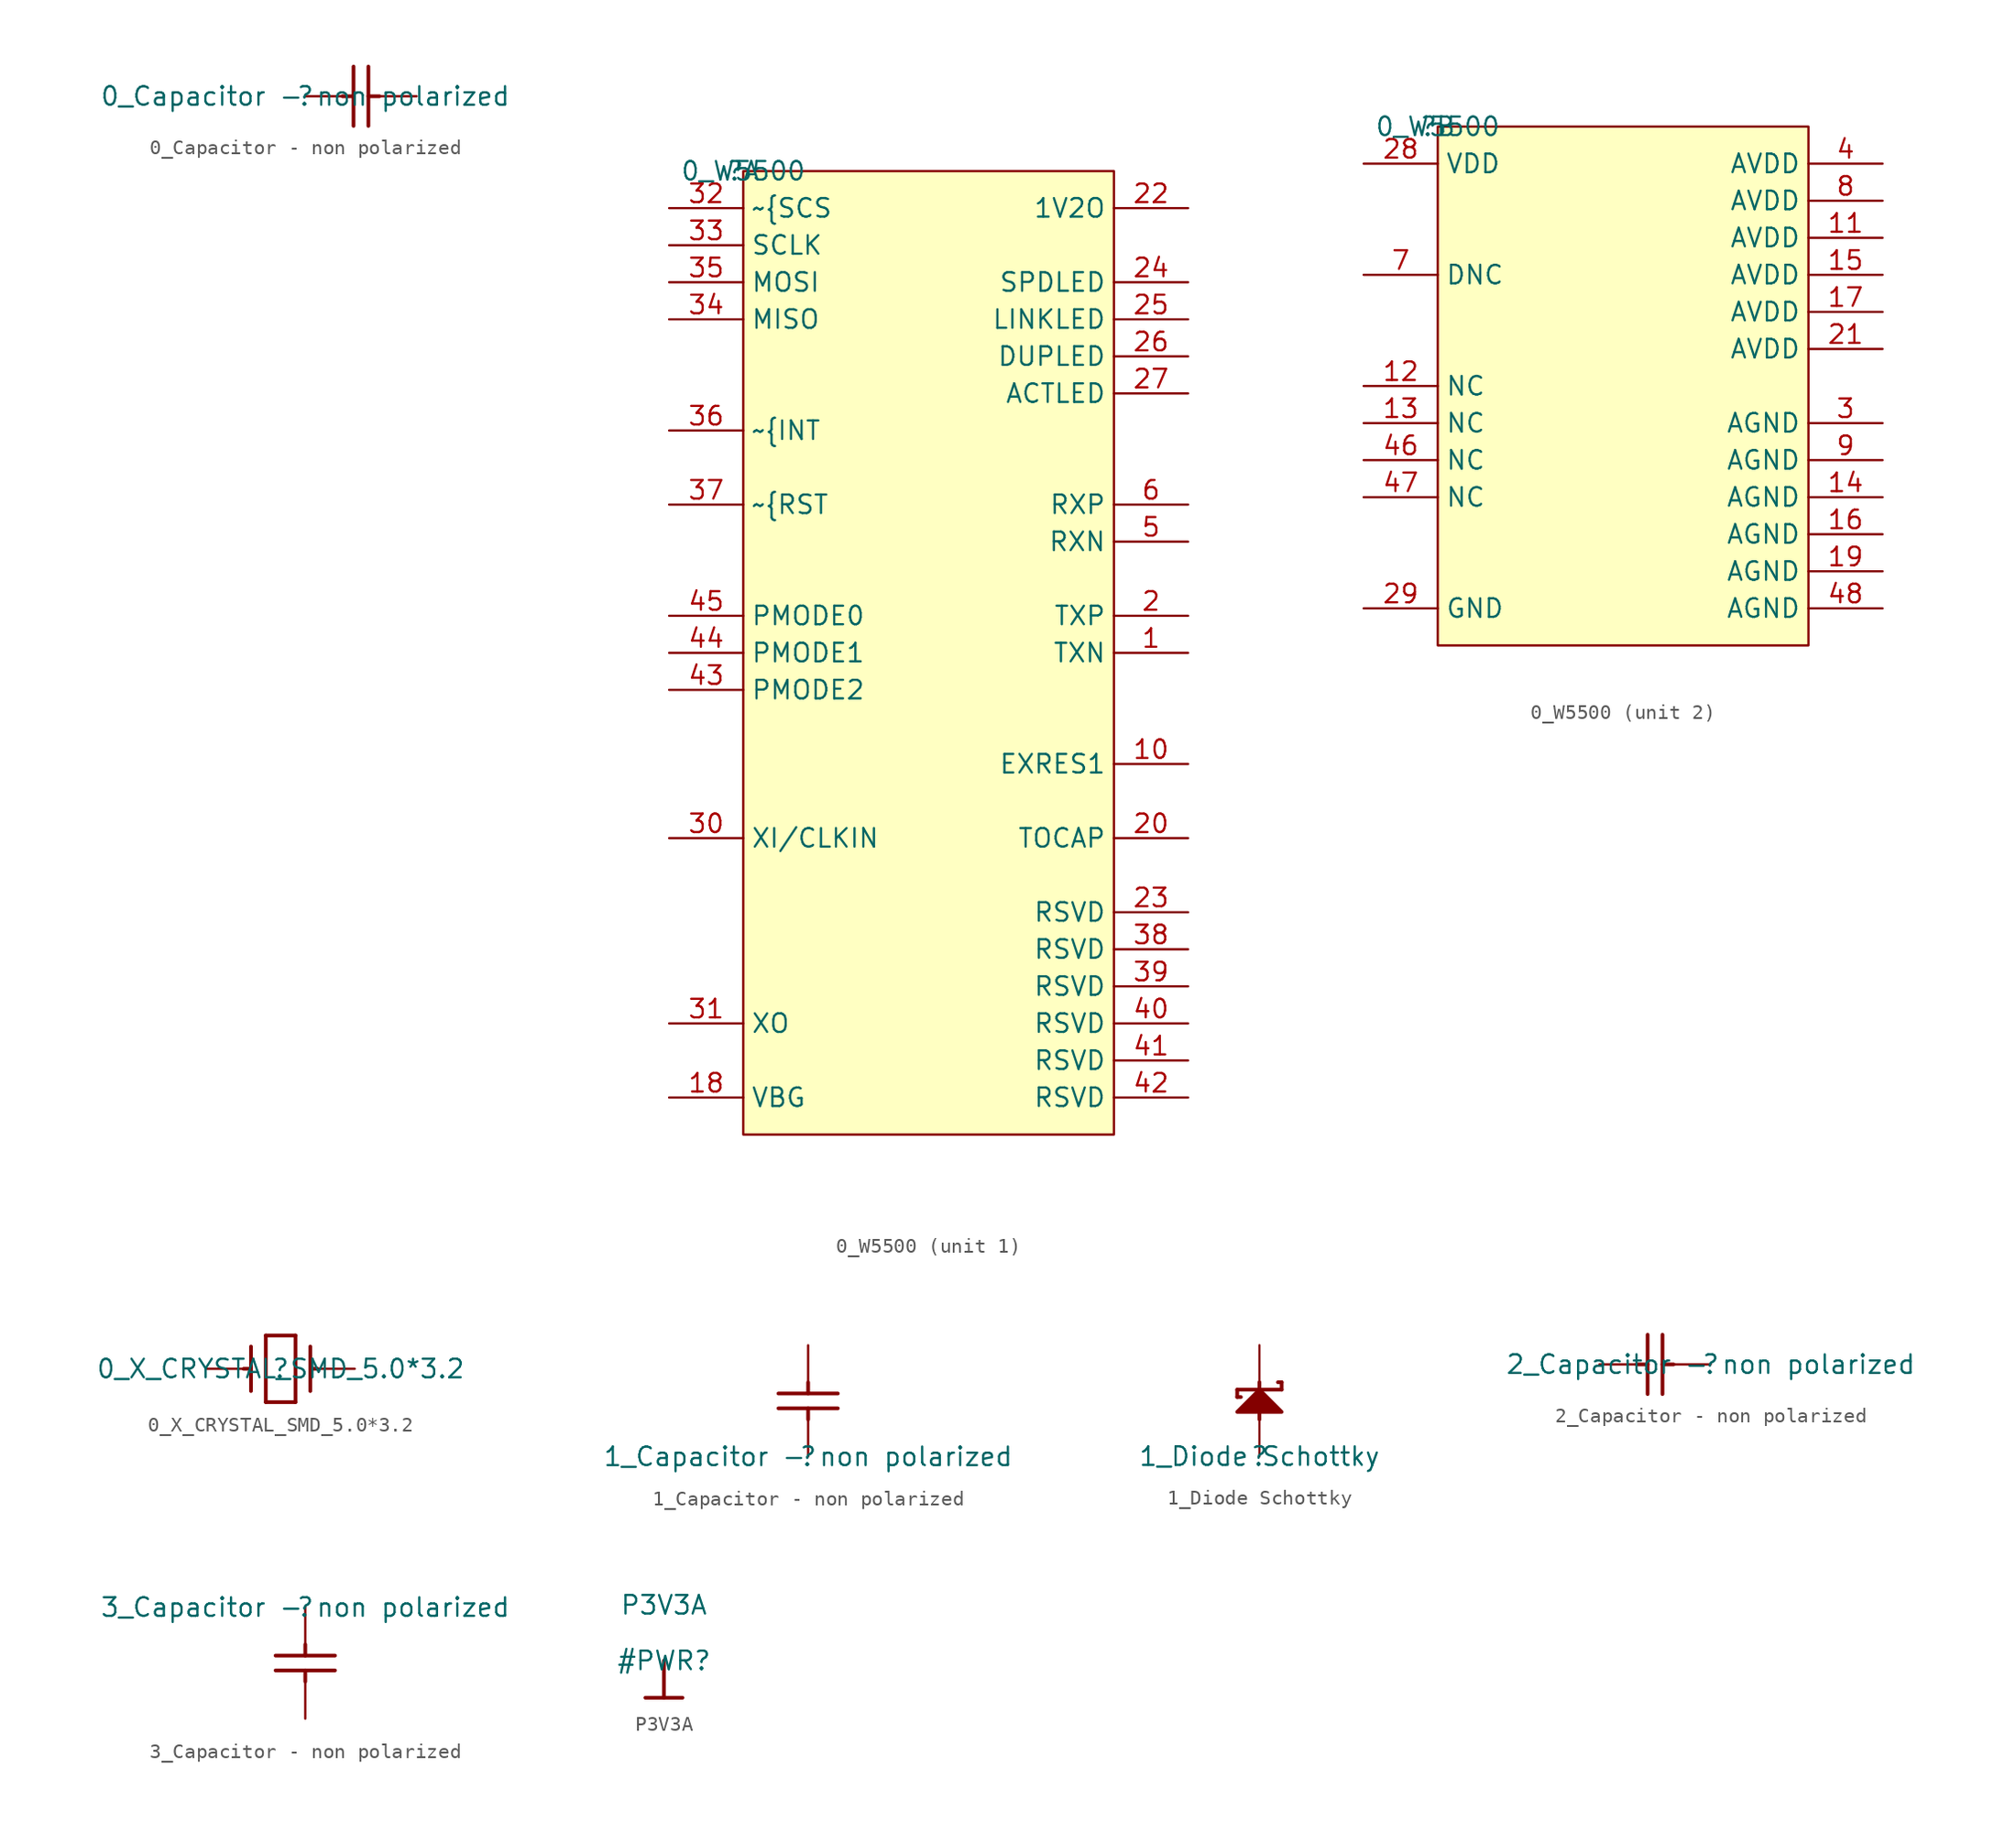
<source format=kicad_sym>
(kicad_symbol_lib
  (version 20220331)
  (generator kicad_symbol_editor)
  (symbol "0_Capacitor - non polarized"
    (property "Reference" ""
      (at 0 0 0)
      (effects (font (size 1.27 1.27))))
    (property "Value" "0_Capacitor - non polarized"
      (at 0 0 0)
      (effects (font (size 1.27 1.27))))
    (symbol "0_Capacitor - non polarized_1_0"
      (polyline (pts (xy 2.54 0) (xy 3.302 0)) (stroke (width 0.254) (type solid)) (fill (type none)))
      (polyline (pts (xy 3.302 -2.032) (xy 3.302 2.032)) (stroke (width 0.254) (type solid)) (fill (type none)))
      (polyline (pts (xy 4.318 2.032) (xy 4.318 -2.032)) (stroke (width 0.254) (type solid)) (fill (type none)))
      (polyline (pts (xy 5.08 0) (xy 4.318 0)) (stroke (width 0.254) (type solid)) (fill (type none)))
      (pin passive line (at 0 0 0) (length 2.54) (name "1" (effects (font (size 0 0)))) (number "1" (effects (font (size 0 0)))))
      (pin passive line (at 7.62 0 180) (length 2.54) (name "2" (effects (font (size 0 0)))) (number "2" (effects (font (size 0 0)))))))
  (symbol "0_W5500"
    (property "Reference" ""
      (at 0 0 0)
      (effects (font (size 1.27 1.27))))
    (property "Value" "0_W5500"
      (at 0 0 0)
      (effects (font (size 1.27 1.27))))
    (symbol "0_W5500_1_0"
      (rectangle (start 25.4 0) (end 0 -66.04) (stroke (width 0) (type solid)) (fill (type background)))
      (pin output line (at 30.48 -33.02 180) (length 5.08) (name "TXN" (effects (font (size 1.27 1.27)))) (number "1" (effects (font (size 1.27 1.27)))))
      (pin bidirectional line (at 30.48 -40.64 180) (length 5.08) (name "EXRES1" (effects (font (size 1.27 1.27)))) (number "10" (effects (font (size 1.27 1.27)))))
      (pin output line (at -5.08 -63.5 0) (length 5.08) (name "VBG" (effects (font (size 1.27 1.27)))) (number "18" (effects (font (size 1.27 1.27)))))
      (pin output line (at 30.48 -30.48 180) (length 5.08) (name "TXP" (effects (font (size 1.27 1.27)))) (number "2" (effects (font (size 1.27 1.27)))))
      (pin output line (at 30.48 -45.72 180) (length 5.08) (name "TOCAP" (effects (font (size 1.27 1.27)))) (number "20" (effects (font (size 1.27 1.27)))))
      (pin power_in line (at 30.48 -2.54 180) (length 5.08) (name "1V2O" (effects (font (size 1.27 1.27)))) (number "22" (effects (font (size 1.27 1.27)))))
      (pin input line (at 30.48 -50.8 180) (length 5.08) (name "RSVD" (effects (font (size 1.27 1.27)))) (number "23" (effects (font (size 1.27 1.27)))))
      (pin output line (at 30.48 -7.62 180) (length 5.08) (name "SPDLED" (effects (font (size 1.27 1.27)))) (number "24" (effects (font (size 1.27 1.27)))))
      (pin output line (at 30.48 -10.16 180) (length 5.08) (name "LINKLED" (effects (font (size 1.27 1.27)))) (number "25" (effects (font (size 1.27 1.27)))))
      (pin output line (at 30.48 -12.7 180) (length 5.08) (name "DUPLED" (effects (font (size 1.27 1.27)))) (number "26" (effects (font (size 1.27 1.27)))))
      (pin output line (at 30.48 -15.24 180) (length 5.08) (name "ACTLED" (effects (font (size 1.27 1.27)))) (number "27" (effects (font (size 1.27 1.27)))))
      (pin input line (at -5.08 -45.72 0) (length 5.08) (name "XI/CLKIN" (effects (font (size 1.27 1.27)))) (number "30" (effects (font (size 1.27 1.27)))))
      (pin output line (at -5.08 -58.42 0) (length 5.08) (name "XO" (effects (font (size 1.27 1.27)))) (number "31" (effects (font (size 1.27 1.27)))))
      (pin input line (at -5.08 -2.54 0) (length 5.08) (name "~{SCS" (effects (font (size 1.27 1.27)))) (number "32" (effects (font (size 1.27 1.27)))))
      (pin input line (at -5.08 -5.08 0) (length 5.08) (name "SCLK" (effects (font (size 1.27 1.27)))) (number "33" (effects (font (size 1.27 1.27)))))
      (pin output line (at -5.08 -10.16 0) (length 5.08) (name "MISO" (effects (font (size 1.27 1.27)))) (number "34" (effects (font (size 1.27 1.27)))))
      (pin input line (at -5.08 -7.62 0) (length 5.08) (name "MOSI" (effects (font (size 1.27 1.27)))) (number "35" (effects (font (size 1.27 1.27)))))
      (pin input line (at -5.08 -17.78 0) (length 5.08) (name "~{INT" (effects (font (size 1.27 1.27)))) (number "36" (effects (font (size 1.27 1.27)))))
      (pin input line (at -5.08 -22.86 0) (length 5.08) (name "~{RST" (effects (font (size 1.27 1.27)))) (number "37" (effects (font (size 1.27 1.27)))))
      (pin input line (at 30.48 -53.34 180) (length 5.08) (name "RSVD" (effects (font (size 1.27 1.27)))) (number "38" (effects (font (size 1.27 1.27)))))
      (pin input line (at 30.48 -55.88 180) (length 5.08) (name "RSVD" (effects (font (size 1.27 1.27)))) (number "39" (effects (font (size 1.27 1.27)))))
      (pin input line (at 30.48 -58.42 180) (length 5.08) (name "RSVD" (effects (font (size 1.27 1.27)))) (number "40" (effects (font (size 1.27 1.27)))))
      (pin input line (at 30.48 -60.96 180) (length 5.08) (name "RSVD" (effects (font (size 1.27 1.27)))) (number "41" (effects (font (size 1.27 1.27)))))
      (pin input line (at 30.48 -63.5 180) (length 5.08) (name "RSVD" (effects (font (size 1.27 1.27)))) (number "42" (effects (font (size 1.27 1.27)))))
      (pin input line (at -5.08 -35.56 0) (length 5.08) (name "PMODE2" (effects (font (size 1.27 1.27)))) (number "43" (effects (font (size 1.27 1.27)))))
      (pin input line (at -5.08 -33.02 0) (length 5.08) (name "PMODE1" (effects (font (size 1.27 1.27)))) (number "44" (effects (font (size 1.27 1.27)))))
      (pin input line (at -5.08 -30.48 0) (length 5.08) (name "PMODE0" (effects (font (size 1.27 1.27)))) (number "45" (effects (font (size 1.27 1.27)))))
      (pin input line (at 30.48 -25.4 180) (length 5.08) (name "RXN" (effects (font (size 1.27 1.27)))) (number "5" (effects (font (size 1.27 1.27)))))
      (pin input line (at 30.48 -22.86 180) (length 5.08) (name "RXP" (effects (font (size 1.27 1.27)))) (number "6" (effects (font (size 1.27 1.27))))))
    (symbol "0_W5500_2_0"
      (rectangle (start 25.4 0) (end 0 -35.56) (stroke (width 0) (type solid)) (fill (type background)))
      (pin power_in line (at 30.48 -7.62 180) (length 5.08) (name "AVDD" (effects (font (size 1.27 1.27)))) (number "11" (effects (font (size 1.27 1.27)))))
      (pin passive line (at -5.08 -17.78 0) (length 5.08) (name "NC" (effects (font (size 1.27 1.27)))) (number "12" (effects (font (size 1.27 1.27)))))
      (pin passive line (at -5.08 -20.32 0) (length 5.08) (name "NC" (effects (font (size 1.27 1.27)))) (number "13" (effects (font (size 1.27 1.27)))))
      (pin power_in line (at 30.48 -25.4 180) (length 5.08) (name "AGND" (effects (font (size 1.27 1.27)))) (number "14" (effects (font (size 1.27 1.27)))))
      (pin power_in line (at 30.48 -10.16 180) (length 5.08) (name "AVDD" (effects (font (size 1.27 1.27)))) (number "15" (effects (font (size 1.27 1.27)))))
      (pin power_in line (at 30.48 -27.94 180) (length 5.08) (name "AGND" (effects (font (size 1.27 1.27)))) (number "16" (effects (font (size 1.27 1.27)))))
      (pin power_in line (at 30.48 -12.7 180) (length 5.08) (name "AVDD" (effects (font (size 1.27 1.27)))) (number "17" (effects (font (size 1.27 1.27)))))
      (pin power_in line (at 30.48 -30.48 180) (length 5.08) (name "AGND" (effects (font (size 1.27 1.27)))) (number "19" (effects (font (size 1.27 1.27)))))
      (pin power_in line (at 30.48 -15.24 180) (length 5.08) (name "AVDD" (effects (font (size 1.27 1.27)))) (number "21" (effects (font (size 1.27 1.27)))))
      (pin power_in line (at -5.08 -2.54 0) (length 5.08) (name "VDD" (effects (font (size 1.27 1.27)))) (number "28" (effects (font (size 1.27 1.27)))))
      (pin power_in line (at -5.08 -33.02 0) (length 5.08) (name "GND" (effects (font (size 1.27 1.27)))) (number "29" (effects (font (size 1.27 1.27)))))
      (pin power_in line (at 30.48 -20.32 180) (length 5.08) (name "AGND" (effects (font (size 1.27 1.27)))) (number "3" (effects (font (size 1.27 1.27)))))
      (pin power_in line (at 30.48 -2.54 180) (length 5.08) (name "AVDD" (effects (font (size 1.27 1.27)))) (number "4" (effects (font (size 1.27 1.27)))))
      (pin passive line (at -5.08 -22.86 0) (length 5.08) (name "NC" (effects (font (size 1.27 1.27)))) (number "46" (effects (font (size 1.27 1.27)))))
      (pin passive line (at -5.08 -25.4 0) (length 5.08) (name "NC" (effects (font (size 1.27 1.27)))) (number "47" (effects (font (size 1.27 1.27)))))
      (pin power_in line (at 30.48 -33.02 180) (length 5.08) (name "AGND" (effects (font (size 1.27 1.27)))) (number "48" (effects (font (size 1.27 1.27)))))
      (pin passive line (at -5.08 -10.16 0) (length 5.08) (name "DNC" (effects (font (size 1.27 1.27)))) (number "7" (effects (font (size 1.27 1.27)))))
      (pin power_in line (at 30.48 -5.08 180) (length 5.08) (name "AVDD" (effects (font (size 1.27 1.27)))) (number "8" (effects (font (size 1.27 1.27)))))
      (pin power_in line (at 30.48 -22.86 180) (length 5.08) (name "AGND" (effects (font (size 1.27 1.27)))) (number "9" (effects (font (size 1.27 1.27)))))))
  (symbol "0_X_CRYSTAL_SMD_5.0*3.2"
    (property "Reference" ""
      (at 0 0 0)
      (effects (font (size 1.27 1.27))))
    (property "Value" "0_X_CRYSTAL_SMD_5.0*3.2"
      (at 0 0 0)
      (effects (font (size 1.27 1.27))))
    (symbol "0_X_CRYSTAL_SMD_5.0*3.2_1_0"
      (polyline (pts (xy -2.54 0) (xy -2.032 0)) (stroke (width 0.254) (type solid)) (fill (type none)))
      (polyline (pts (xy -2.032 1.524) (xy -2.032 -1.524)) (stroke (width 0.254) (type solid)) (fill (type none)))
      (polyline (pts (xy -1.016 -2.286) (xy 1.016 -2.286)) (stroke (width 0.254) (type solid)) (fill (type none)))
      (polyline (pts (xy -1.016 2.286) (xy -1.016 -2.286)) (stroke (width 0.254) (type solid)) (fill (type none)))
      (polyline (pts (xy -1.016 2.286) (xy 1.016 2.286)) (stroke (width 0.254) (type solid)) (fill (type none)))
      (polyline (pts (xy 1.016 2.286) (xy 1.016 -2.286)) (stroke (width 0.254) (type solid)) (fill (type none)))
      (polyline (pts (xy 2.032 0) (xy 2.54 0)) (stroke (width 0.254) (type solid)) (fill (type none)))
      (polyline (pts (xy 2.032 1.524) (xy 2.032 -1.524)) (stroke (width 0.254) (type solid)) (fill (type none)))
      (pin passive line (at -5.08 0 0) (length 2.54) (name "1" (effects (font (size 0 0)))) (number "1" (effects (font (size 0 0)))))
      (pin passive line (at 5.08 0 180) (length 2.54) (name "2" (effects (font (size 0 0)))) (number "2" (effects (font (size 0 0)))))))
  (symbol "1_Capacitor - non polarized"
    (property "Reference" ""
      (at 0 0 0)
      (effects (font (size 1.27 1.27))))
    (property "Value" "1_Capacitor - non polarized"
      (at 0 0 0)
      (effects (font (size 1.27 1.27))))
    (symbol "1_Capacitor - non polarized_1_0"
      (polyline (pts (xy -2.032 4.318) (xy 2.032 4.318)) (stroke (width 0.254) (type solid)) (fill (type none)))
      (polyline (pts (xy 0 2.54) (xy 0 3.302)) (stroke (width 0.254) (type solid)) (fill (type none)))
      (polyline (pts (xy 0 5.08) (xy 0 4.318)) (stroke (width 0.254) (type solid)) (fill (type none)))
      (polyline (pts (xy 2.032 3.302) (xy -2.032 3.302)) (stroke (width 0.254) (type solid)) (fill (type none)))
      (pin passive line (at 0 0 90) (length 2.54) (name "1" (effects (font (size 0 0)))) (number "1" (effects (font (size 0 0)))))
      (pin passive line (at 0 7.62 270) (length 2.54) (name "2" (effects (font (size 0 0)))) (number "2" (effects (font (size 0 0)))))))
  (symbol "1_Diode Schottky"
    (property "Reference" ""
      (at 0 0 0)
      (effects (font (size 1.27 1.27))))
    (property "Value" "1_Diode Schottky"
      (at 0 0 0)
      (effects (font (size 1.27 1.27))))
    (symbol "1_Diode Schottky_1_0"
      (polyline (pts (xy -1.524 4.064) (xy -1.27 4.064)) (stroke (width 0.254) (type solid)) (fill (type none)))
      (polyline (pts (xy -1.524 4.572) (xy -1.524 4.064)) (stroke (width 0.254) (type solid)) (fill (type none)))
      (polyline (pts (xy -1.524 4.572) (xy 1.524 4.572)) (stroke (width 0.254) (type solid)) (fill (type none)))
      (polyline (pts (xy 0 2.54) (xy 0 5.08)) (stroke (width 0.254) (type solid)) (fill (type none)))
      (polyline (pts (xy 1.27 5.08) (xy 1.524 5.08)) (stroke (width 0.254) (type solid)) (fill (type none)))
      (polyline (pts (xy 1.524 5.08) (xy 1.524 4.572)) (stroke (width 0.254) (type solid)) (fill (type none)))
      (polyline (pts (xy 1.524 3.048) (xy 0 4.572) (xy -1.524 3.048) (xy 1.524 3.048)) (stroke (width 0.254) (type solid)) (fill (type outline)))
      (pin passive line (at 0 7.62 270) (length 2.54) (name "C" (effects (font (size 0 0)))) (number "1" (effects (font (size 0 0)))))
      (pin passive line (at 0 0 90) (length 2.54) (name "A" (effects (font (size 0 0)))) (number "2" (effects (font (size 0 0)))))))
  (symbol "2_Capacitor - non polarized"
    (property "Reference" ""
      (at 0 0 0)
      (effects (font (size 1.27 1.27))))
    (property "Value" "2_Capacitor - non polarized"
      (at 0 0 0)
      (effects (font (size 1.27 1.27))))
    (symbol "2_Capacitor - non polarized_1_0"
      (polyline (pts (xy -5.08 0) (xy -4.318 0)) (stroke (width 0.254) (type solid)) (fill (type none)))
      (polyline (pts (xy -4.318 -2.032) (xy -4.318 2.032)) (stroke (width 0.254) (type solid)) (fill (type none)))
      (polyline (pts (xy -3.302 2.032) (xy -3.302 -2.032)) (stroke (width 0.254) (type solid)) (fill (type none)))
      (polyline (pts (xy -2.54 0) (xy -3.302 0)) (stroke (width 0.254) (type solid)) (fill (type none)))
      (pin passive line (at 0 0 180) (length 2.54) (name "1" (effects (font (size 0 0)))) (number "1" (effects (font (size 0 0)))))
      (pin passive line (at -7.62 0 0) (length 2.54) (name "2" (effects (font (size 0 0)))) (number "2" (effects (font (size 0 0)))))))
  (symbol "3_Capacitor - non polarized"
    (property "Reference" ""
      (at 0 0 0)
      (effects (font (size 1.27 1.27))))
    (property "Value" "3_Capacitor - non polarized"
      (at 0 0 0)
      (effects (font (size 1.27 1.27))))
    (symbol "3_Capacitor - non polarized_1_0"
      (polyline (pts (xy -2.032 -3.302) (xy 2.032 -3.302)) (stroke (width 0.254) (type solid)) (fill (type none)))
      (polyline (pts (xy 0 -5.08) (xy 0 -4.318)) (stroke (width 0.254) (type solid)) (fill (type none)))
      (polyline (pts (xy 0 -2.54) (xy 0 -3.302)) (stroke (width 0.254) (type solid)) (fill (type none)))
      (polyline (pts (xy 2.032 -4.318) (xy -2.032 -4.318)) (stroke (width 0.254) (type solid)) (fill (type none)))
      (pin passive line (at 0 0 270) (length 2.54) (name "1" (effects (font (size 0 0)))) (number "1" (effects (font (size 0 0)))))
      (pin passive line (at 0 -7.62 90) (length 2.54) (name "2" (effects (font (size 0 0)))) (number "2" (effects (font (size 0 0)))))))
  (symbol "P3V3A"
    (power)
    (property "Reference" "#PWR"
      (at 0 0 0)
      (effects (font (size 1.27 1.27))))
    (property "Value" "P3V3A"
      (at 0 3.81 0)
      (effects (font (size 1.27 1.27))))
    (symbol "P3V3A_0_0"
      (polyline (pts (xy -1.27 -2.54) (xy 1.27 -2.54)) (stroke (width 0.254) (type solid)) (fill (type none)))
      (polyline (pts (xy 0 0) (xy 0 -2.54)) (stroke (width 0.254) (type solid)) (fill (type none)))
      (pin power_in line (at 0 0 0) (length 0) hide (name "P3V3A" (effects (font (size 1.27 1.27)))) (number "" (effects (font (size 1.27 1.27))))))))
</source>
